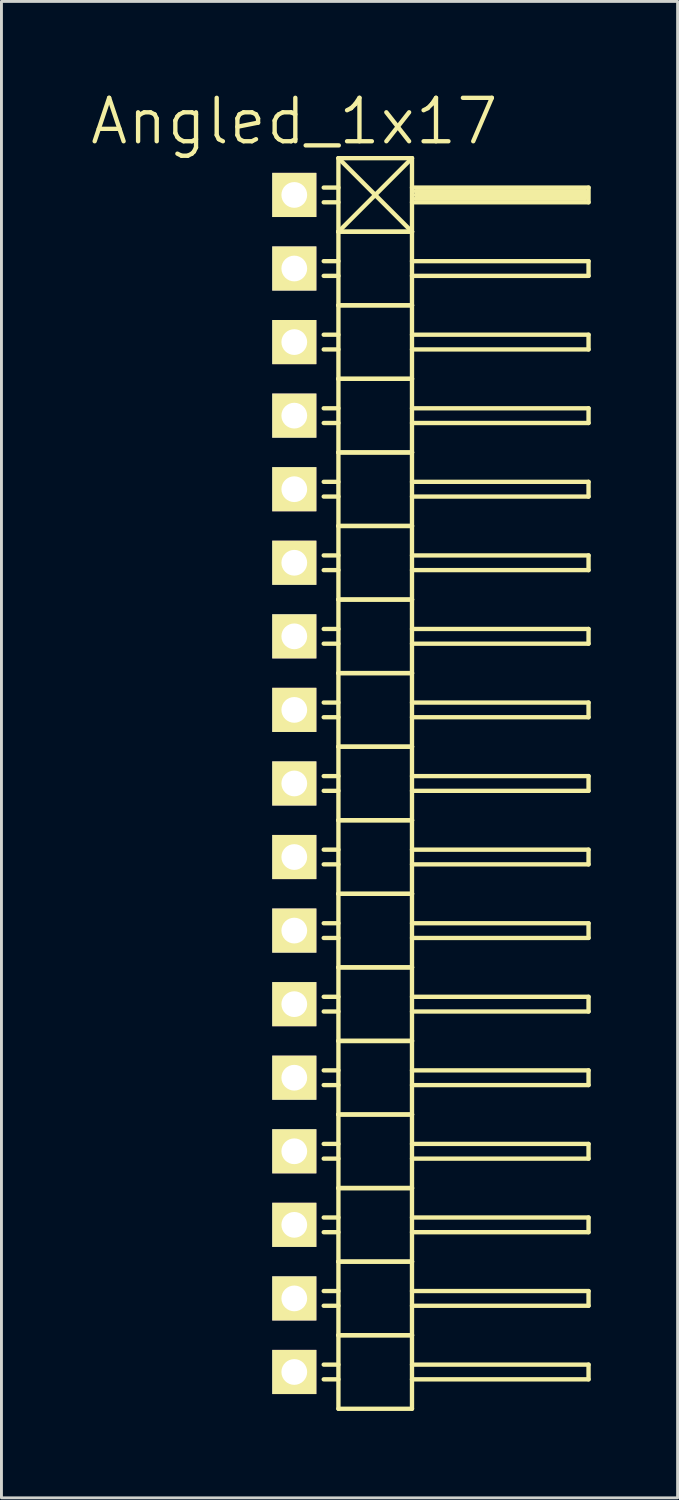
<source format=kicad_pcb>
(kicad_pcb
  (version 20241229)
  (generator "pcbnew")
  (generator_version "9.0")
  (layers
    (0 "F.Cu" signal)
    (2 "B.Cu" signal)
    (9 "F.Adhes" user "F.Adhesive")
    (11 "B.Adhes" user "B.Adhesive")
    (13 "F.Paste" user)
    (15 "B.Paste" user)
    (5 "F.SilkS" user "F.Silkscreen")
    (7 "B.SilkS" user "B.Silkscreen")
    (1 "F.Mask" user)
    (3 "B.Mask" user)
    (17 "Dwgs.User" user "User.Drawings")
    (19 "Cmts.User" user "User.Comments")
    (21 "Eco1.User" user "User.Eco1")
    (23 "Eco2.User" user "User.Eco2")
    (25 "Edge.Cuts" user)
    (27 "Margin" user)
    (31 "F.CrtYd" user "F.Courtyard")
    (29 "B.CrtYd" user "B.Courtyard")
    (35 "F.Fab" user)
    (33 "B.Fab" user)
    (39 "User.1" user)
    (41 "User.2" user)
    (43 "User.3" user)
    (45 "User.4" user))
  (footprint "Angled_1x17"
    (layer "F.Cu")
    (at 7.111 24.001)
    (property "Reference" "Angled_1x17" (at 0 -22.86 0) (layer "F.SilkS") (effects (font (size 1.5 1.5) (thickness 0.15))))
    (attr through_hole)
    (fp_line (start 1.524 -21.59) (end 1.524 -19.05) (stroke (width 0.15) (type solid)) (layer "F.SilkS"))
    (fp_line (start 1.524 -21.59) (end 4.064 -21.59) (stroke (width 0.15) (type solid)) (layer "F.SilkS"))
    (fp_line (start 1.524 -20.574) (end 1.016 -20.574) (stroke (width 0.15) (type solid)) (layer "F.SilkS"))
    (fp_line (start 1.524 -20.066) (end 1.016 -20.066) (stroke (width 0.15) (type solid)) (layer "F.SilkS"))
    (fp_line (start 1.524 -19.05) (end 1.524 -16.51) (stroke (width 0.15) (type solid)) (layer "F.SilkS"))
    (fp_line (start 1.524 -19.05) (end 4.064 -19.05) (stroke (width 0.15) (type solid)) (layer "F.SilkS"))
    (fp_line (start 1.524 -19.05) (end 4.064 -19.05) (stroke (width 0.15) (type solid)) (layer "F.SilkS"))
    (fp_line (start 1.524 -18.034) (end 1.016 -18.034) (stroke (width 0.15) (type solid)) (layer "F.SilkS"))
    (fp_line (start 1.524 -17.526) (end 1.016 -17.526) (stroke (width 0.15) (type solid)) (layer "F.SilkS"))
    (fp_line (start 1.524 -16.51) (end 1.524 -13.97) (stroke (width 0.15) (type solid)) (layer "F.SilkS"))
    (fp_line (start 1.524 -16.51) (end 4.064 -16.51) (stroke (width 0.15) (type solid)) (layer "F.SilkS"))
    (fp_line (start 1.524 -16.51) (end 4.064 -16.51) (stroke (width 0.15) (type solid)) (layer "F.SilkS"))
    (fp_line (start 1.524 -15.494) (end 1.016 -15.494) (stroke (width 0.15) (type solid)) (layer "F.SilkS"))
    (fp_line (start 1.524 -14.986) (end 1.016 -14.986) (stroke (width 0.15) (type solid)) (layer "F.SilkS"))
    (fp_line (start 1.524 -13.97) (end 1.524 -11.43) (stroke (width 0.15) (type solid)) (layer "F.SilkS"))
    (fp_line (start 1.524 -13.97) (end 4.064 -13.97) (stroke (width 0.15) (type solid)) (layer "F.SilkS"))
    (fp_line (start 1.524 -13.97) (end 4.064 -13.97) (stroke (width 0.15) (type solid)) (layer "F.SilkS"))
    (fp_line (start 1.524 -12.954) (end 1.016 -12.954) (stroke (width 0.15) (type solid)) (layer "F.SilkS"))
    (fp_line (start 1.524 -12.446) (end 1.016 -12.446) (stroke (width 0.15) (type solid)) (layer "F.SilkS"))
    (fp_line (start 1.524 -11.43) (end 1.524 -8.89) (stroke (width 0.15) (type solid)) (layer "F.SilkS"))
    (fp_line (start 1.524 -11.43) (end 4.064 -11.43) (stroke (width 0.15) (type solid)) (layer "F.SilkS"))
    (fp_line (start 1.524 -11.43) (end 4.064 -11.43) (stroke (width 0.15) (type solid)) (layer "F.SilkS"))
    (fp_line (start 1.524 -10.414) (end 1.016 -10.414) (stroke (width 0.15) (type solid)) (layer "F.SilkS"))
    (fp_line (start 1.524 -9.906) (end 1.016 -9.906) (stroke (width 0.15) (type solid)) (layer "F.SilkS"))
    (fp_line (start 1.524 -8.89) (end 1.524 -6.35) (stroke (width 0.15) (type solid)) (layer "F.SilkS"))
    (fp_line (start 1.524 -8.89) (end 4.064 -8.89) (stroke (width 0.15) (type solid)) (layer "F.SilkS"))
    (fp_line (start 1.524 -8.89) (end 4.064 -8.89) (stroke (width 0.15) (type solid)) (layer "F.SilkS"))
    (fp_line (start 1.524 -7.874) (end 1.016 -7.874) (stroke (width 0.15) (type solid)) (layer "F.SilkS"))
    (fp_line (start 1.524 -7.366) (end 1.016 -7.366) (stroke (width 0.15) (type solid)) (layer "F.SilkS"))
    (fp_line (start 1.524 -6.35) (end 1.524 -3.81) (stroke (width 0.15) (type solid)) (layer "F.SilkS"))
    (fp_line (start 1.524 -6.35) (end 4.064 -6.35) (stroke (width 0.15) (type solid)) (layer "F.SilkS"))
    (fp_line (start 1.524 -6.35) (end 4.064 -6.35) (stroke (width 0.15) (type solid)) (layer "F.SilkS"))
    (fp_line (start 1.524 -5.334) (end 1.016 -5.334) (stroke (width 0.15) (type solid)) (layer "F.SilkS"))
    (fp_line (start 1.524 -4.826) (end 1.016 -4.826) (stroke (width 0.15) (type solid)) (layer "F.SilkS"))
    (fp_line (start 1.524 -3.81) (end 1.524 -1.27) (stroke (width 0.15) (type solid)) (layer "F.SilkS"))
    (fp_line (start 1.524 -3.81) (end 4.064 -3.81) (stroke (width 0.15) (type solid)) (layer "F.SilkS"))
    (fp_line (start 1.524 -3.81) (end 4.064 -3.81) (stroke (width 0.15) (type solid)) (layer "F.SilkS"))
    (fp_line (start 1.524 -2.794) (end 1.016 -2.794) (stroke (width 0.15) (type solid)) (layer "F.SilkS"))
    (fp_line (start 1.524 -2.286) (end 1.016 -2.286) (stroke (width 0.15) (type solid)) (layer "F.SilkS"))
    (fp_line (start 1.524 -1.27) (end 1.524 1.27) (stroke (width 0.15) (type solid)) (layer "F.SilkS"))
    (fp_line (start 1.524 -1.27) (end 4.064 -1.27) (stroke (width 0.15) (type solid)) (layer "F.SilkS"))
    (fp_line (start 1.524 -1.27) (end 4.064 -1.27) (stroke (width 0.15) (type solid)) (layer "F.SilkS"))
    (fp_line (start 1.524 -0.254) (end 1.016 -0.254) (stroke (width 0.15) (type solid)) (layer "F.SilkS"))
    (fp_line (start 1.524 0.254) (end 1.016 0.254) (stroke (width 0.15) (type solid)) (layer "F.SilkS"))
    (fp_line (start 1.524 1.27) (end 1.524 3.81) (stroke (width 0.15) (type solid)) (layer "F.SilkS"))
    (fp_line (start 1.524 1.27) (end 4.064 1.27) (stroke (width 0.15) (type solid)) (layer "F.SilkS"))
    (fp_line (start 1.524 1.27) (end 4.064 1.27) (stroke (width 0.15) (type solid)) (layer "F.SilkS"))
    (fp_line (start 1.524 2.286) (end 1.016 2.286) (stroke (width 0.15) (type solid)) (layer "F.SilkS"))
    (fp_line (start 1.524 2.794) (end 1.016 2.794) (stroke (width 0.15) (type solid)) (layer "F.SilkS"))
    (fp_line (start 1.524 3.81) (end 1.524 6.35) (stroke (width 0.15) (type solid)) (layer "F.SilkS"))
    (fp_line (start 1.524 3.81) (end 4.064 3.81) (stroke (width 0.15) (type solid)) (layer "F.SilkS"))
    (fp_line (start 1.524 3.81) (end 4.064 3.81) (stroke (width 0.15) (type solid)) (layer "F.SilkS"))
    (fp_line (start 1.524 4.826) (end 1.016 4.826) (stroke (width 0.15) (type solid)) (layer "F.SilkS"))
    (fp_line (start 1.524 5.334) (end 1.016 5.334) (stroke (width 0.15) (type solid)) (layer "F.SilkS"))
    (fp_line (start 1.524 6.35) (end 1.524 8.89) (stroke (width 0.15) (type solid)) (layer "F.SilkS"))
    (fp_line (start 1.524 6.35) (end 4.064 6.35) (stroke (width 0.15) (type solid)) (layer "F.SilkS"))
    (fp_line (start 1.524 6.35) (end 4.064 6.35) (stroke (width 0.15) (type solid)) (layer "F.SilkS"))
    (fp_line (start 1.524 7.366) (end 1.016 7.366) (stroke (width 0.15) (type solid)) (layer "F.SilkS"))
    (fp_line (start 1.524 7.874) (end 1.016 7.874) (stroke (width 0.15) (type solid)) (layer "F.SilkS"))
    (fp_line (start 1.524 8.89) (end 1.524 11.43) (stroke (width 0.15) (type solid)) (layer "F.SilkS"))
    (fp_line (start 1.524 8.89) (end 4.064 8.89) (stroke (width 0.15) (type solid)) (layer "F.SilkS"))
    (fp_line (start 1.524 8.89) (end 4.064 8.89) (stroke (width 0.15) (type solid)) (layer "F.SilkS"))
    (fp_line (start 1.524 9.906) (end 1.016 9.906) (stroke (width 0.15) (type solid)) (layer "F.SilkS"))
    (fp_line (start 1.524 10.414) (end 1.016 10.414) (stroke (width 0.15) (type solid)) (layer "F.SilkS"))
    (fp_line (start 1.524 11.43) (end 1.524 13.97) (stroke (width 0.15) (type solid)) (layer "F.SilkS"))
    (fp_line (start 1.524 11.43) (end 4.064 11.43) (stroke (width 0.15) (type solid)) (layer "F.SilkS"))
    (fp_line (start 1.524 11.43) (end 4.064 11.43) (stroke (width 0.15) (type solid)) (layer "F.SilkS"))
    (fp_line (start 1.524 12.446) (end 1.016 12.446) (stroke (width 0.15) (type solid)) (layer "F.SilkS"))
    (fp_line (start 1.524 12.954) (end 1.016 12.954) (stroke (width 0.15) (type solid)) (layer "F.SilkS"))
    (fp_line (start 1.524 13.97) (end 1.524 16.51) (stroke (width 0.15) (type solid)) (layer "F.SilkS"))
    (fp_line (start 1.524 13.97) (end 4.064 13.97) (stroke (width 0.15) (type solid)) (layer "F.SilkS"))
    (fp_line (start 1.524 13.97) (end 4.064 13.97) (stroke (width 0.15) (type solid)) (layer "F.SilkS"))
    (fp_line (start 1.524 14.986) (end 1.016 14.986) (stroke (width 0.15) (type solid)) (layer "F.SilkS"))
    (fp_line (start 1.524 15.494) (end 1.016 15.494) (stroke (width 0.15) (type solid)) (layer "F.SilkS"))
    (fp_line (start 1.524 16.51) (end 1.524 19.05) (stroke (width 0.15) (type solid)) (layer "F.SilkS"))
    (fp_line (start 1.524 16.51) (end 4.064 16.51) (stroke (width 0.15) (type solid)) (layer "F.SilkS"))
    (fp_line (start 1.524 16.51) (end 4.064 16.51) (stroke (width 0.15) (type solid)) (layer "F.SilkS"))
    (fp_line (start 1.524 17.526) (end 1.016 17.526) (stroke (width 0.15) (type solid)) (layer "F.SilkS"))
    (fp_line (start 1.524 18.034) (end 1.016 18.034) (stroke (width 0.15) (type solid)) (layer "F.SilkS"))
    (fp_line (start 1.524 19.05) (end 1.524 21.59) (stroke (width 0.15) (type solid)) (layer "F.SilkS"))
    (fp_line (start 1.524 19.05) (end 4.064 19.05) (stroke (width 0.15) (type solid)) (layer "F.SilkS"))
    (fp_line (start 1.524 19.05) (end 4.064 19.05) (stroke (width 0.15) (type solid)) (layer "F.SilkS"))
    (fp_line (start 1.524 20.066) (end 1.016 20.066) (stroke (width 0.15) (type solid)) (layer "F.SilkS"))
    (fp_line (start 1.524 20.574) (end 1.016 20.574) (stroke (width 0.15) (type solid)) (layer "F.SilkS"))
    (fp_line (start 1.524 21.59) (end 4.064 21.59) (stroke (width 0.15) (type solid)) (layer "F.SilkS"))
    (fp_line (start 4.064 -21.59) (end 1.524 -19.05) (stroke (width 0.15) (type solid)) (layer "F.SilkS"))
    (fp_line (start 4.064 -20.574) (end 10.16 -20.574) (stroke (width 0.15) (type solid)) (layer "F.SilkS"))
    (fp_line (start 4.064 -19.05) (end 1.524 -21.59) (stroke (width 0.15) (type solid)) (layer "F.SilkS"))
    (fp_line (start 4.064 -19.05) (end 4.064 -21.59) (stroke (width 0.15) (type solid)) (layer "F.SilkS"))
    (fp_line (start 4.064 -18.034) (end 10.16 -18.034) (stroke (width 0.15) (type solid)) (layer "F.SilkS"))
    (fp_line (start 4.064 -16.51) (end 4.064 -19.05) (stroke (width 0.15) (type solid)) (layer "F.SilkS"))
    (fp_line (start 4.064 -15.494) (end 10.16 -15.494) (stroke (width 0.15) (type solid)) (layer "F.SilkS"))
    (fp_line (start 4.064 -13.97) (end 4.064 -16.51) (stroke (width 0.15) (type solid)) (layer "F.SilkS"))
    (fp_line (start 4.064 -12.954) (end 10.16 -12.954) (stroke (width 0.15) (type solid)) (layer "F.SilkS"))
    (fp_line (start 4.064 -11.43) (end 4.064 -13.97) (stroke (width 0.15) (type solid)) (layer "F.SilkS"))
    (fp_line (start 4.064 -10.414) (end 10.16 -10.414) (stroke (width 0.15) (type solid)) (layer "F.SilkS"))
    (fp_line (start 4.064 -8.89) (end 4.064 -11.43) (stroke (width 0.15) (type solid)) (layer "F.SilkS"))
    (fp_line (start 4.064 -7.874) (end 10.16 -7.874) (stroke (width 0.15) (type solid)) (layer "F.SilkS"))
    (fp_line (start 4.064 -6.35) (end 4.064 -8.89) (stroke (width 0.15) (type solid)) (layer "F.SilkS"))
    (fp_line (start 4.064 -5.334) (end 10.16 -5.334) (stroke (width 0.15) (type solid)) (layer "F.SilkS"))
    (fp_line (start 4.064 -3.81) (end 4.064 -6.35) (stroke (width 0.15) (type solid)) (layer "F.SilkS"))
    (fp_line (start 4.064 -2.794) (end 10.16 -2.794) (stroke (width 0.15) (type solid)) (layer "F.SilkS"))
    (fp_line (start 4.064 -1.27) (end 4.064 -3.81) (stroke (width 0.15) (type solid)) (layer "F.SilkS"))
    (fp_line (start 4.064 -0.254) (end 10.16 -0.254) (stroke (width 0.15) (type solid)) (layer "F.SilkS"))
    (fp_line (start 4.064 1.27) (end 4.064 -1.27) (stroke (width 0.15) (type solid)) (layer "F.SilkS"))
    (fp_line (start 4.064 2.286) (end 10.16 2.286) (stroke (width 0.15) (type solid)) (layer "F.SilkS"))
    (fp_line (start 4.064 3.81) (end 4.064 1.27) (stroke (width 0.15) (type solid)) (layer "F.SilkS"))
    (fp_line (start 4.064 4.826) (end 10.16 4.826) (stroke (width 0.15) (type solid)) (layer "F.SilkS"))
    (fp_line (start 4.064 6.35) (end 4.064 3.81) (stroke (width 0.15) (type solid)) (layer "F.SilkS"))
    (fp_line (start 4.064 7.366) (end 10.16 7.366) (stroke (width 0.15) (type solid)) (layer "F.SilkS"))
    (fp_line (start 4.064 8.89) (end 4.064 6.35) (stroke (width 0.15) (type solid)) (layer "F.SilkS"))
    (fp_line (start 4.064 9.906) (end 10.16 9.906) (stroke (width 0.15) (type solid)) (layer "F.SilkS"))
    (fp_line (start 4.064 11.43) (end 4.064 8.89) (stroke (width 0.15) (type solid)) (layer "F.SilkS"))
    (fp_line (start 4.064 12.446) (end 10.16 12.446) (stroke (width 0.15) (type solid)) (layer "F.SilkS"))
    (fp_line (start 4.064 13.97) (end 4.064 11.43) (stroke (width 0.15) (type solid)) (layer "F.SilkS"))
    (fp_line (start 4.064 14.986) (end 10.16 14.986) (stroke (width 0.15) (type solid)) (layer "F.SilkS"))
    (fp_line (start 4.064 16.51) (end 4.064 13.97) (stroke (width 0.15) (type solid)) (layer "F.SilkS"))
    (fp_line (start 4.064 17.526) (end 10.16 17.526) (stroke (width 0.15) (type solid)) (layer "F.SilkS"))
    (fp_line (start 4.064 19.05) (end 4.064 16.51) (stroke (width 0.15) (type solid)) (layer "F.SilkS"))
    (fp_line (start 4.064 20.066) (end 10.16 20.066) (stroke (width 0.15) (type solid)) (layer "F.SilkS"))
    (fp_line (start 4.064 21.59) (end 4.064 19.05) (stroke (width 0.15) (type solid)) (layer "F.SilkS"))
    (fp_line (start 4.191 -20.447) (end 10.033 -20.447) (stroke (width 0.15) (type solid)) (layer "F.SilkS"))
    (fp_line (start 4.191 -20.32) (end 10.033 -20.32) (stroke (width 0.15) (type solid)) (layer "F.SilkS"))
    (fp_line (start 10.033 -20.447) (end 10.033 -20.193) (stroke (width 0.15) (type solid)) (layer "F.SilkS"))
    (fp_line (start 10.033 -20.193) (end 4.191 -20.193) (stroke (width 0.15) (type solid)) (layer "F.SilkS"))
    (fp_line (start 10.16 -20.574) (end 10.16 -20.066) (stroke (width 0.15) (type solid)) (layer "F.SilkS"))
    (fp_line (start 10.16 -20.066) (end 4.064 -20.066) (stroke (width 0.15) (type solid)) (layer "F.SilkS"))
    (fp_line (start 10.16 -18.034) (end 10.16 -17.526) (stroke (width 0.15) (type solid)) (layer "F.SilkS"))
    (fp_line (start 10.16 -17.526) (end 4.064 -17.526) (stroke (width 0.15) (type solid)) (layer "F.SilkS"))
    (fp_line (start 10.16 -15.494) (end 10.16 -14.986) (stroke (width 0.15) (type solid)) (layer "F.SilkS"))
    (fp_line (start 10.16 -14.986) (end 4.064 -14.986) (stroke (width 0.15) (type solid)) (layer "F.SilkS"))
    (fp_line (start 10.16 -12.954) (end 10.16 -12.446) (stroke (width 0.15) (type solid)) (layer "F.SilkS"))
    (fp_line (start 10.16 -12.446) (end 4.064 -12.446) (stroke (width 0.15) (type solid)) (layer "F.SilkS"))
    (fp_line (start 10.16 -10.414) (end 10.16 -9.906) (stroke (width 0.15) (type solid)) (layer "F.SilkS"))
    (fp_line (start 10.16 -9.906) (end 4.064 -9.906) (stroke (width 0.15) (type solid)) (layer "F.SilkS"))
    (fp_line (start 10.16 -7.874) (end 10.16 -7.366) (stroke (width 0.15) (type solid)) (layer "F.SilkS"))
    (fp_line (start 10.16 -7.366) (end 4.064 -7.366) (stroke (width 0.15) (type solid)) (layer "F.SilkS"))
    (fp_line (start 10.16 -5.334) (end 10.16 -4.826) (stroke (width 0.15) (type solid)) (layer "F.SilkS"))
    (fp_line (start 10.16 -4.826) (end 4.064 -4.826) (stroke (width 0.15) (type solid)) (layer "F.SilkS"))
    (fp_line (start 10.16 -2.794) (end 10.16 -2.286) (stroke (width 0.15) (type solid)) (layer "F.SilkS"))
    (fp_line (start 10.16 -2.286) (end 4.064 -2.286) (stroke (width 0.15) (type solid)) (layer "F.SilkS"))
    (fp_line (start 10.16 -0.254) (end 10.16 0.254) (stroke (width 0.15) (type solid)) (layer "F.SilkS"))
    (fp_line (start 10.16 0.254) (end 4.064 0.254) (stroke (width 0.15) (type solid)) (layer "F.SilkS"))
    (fp_line (start 10.16 2.286) (end 10.16 2.794) (stroke (width 0.15) (type solid)) (layer "F.SilkS"))
    (fp_line (start 10.16 2.794) (end 4.064 2.794) (stroke (width 0.15) (type solid)) (layer "F.SilkS"))
    (fp_line (start 10.16 4.826) (end 10.16 5.334) (stroke (width 0.15) (type solid)) (layer "F.SilkS"))
    (fp_line (start 10.16 5.334) (end 4.064 5.334) (stroke (width 0.15) (type solid)) (layer "F.SilkS"))
    (fp_line (start 10.16 7.366) (end 10.16 7.874) (stroke (width 0.15) (type solid)) (layer "F.SilkS"))
    (fp_line (start 10.16 7.874) (end 4.064 7.874) (stroke (width 0.15) (type solid)) (layer "F.SilkS"))
    (fp_line (start 10.16 9.906) (end 10.16 10.414) (stroke (width 0.15) (type solid)) (layer "F.SilkS"))
    (fp_line (start 10.16 10.414) (end 4.064 10.414) (stroke (width 0.15) (type solid)) (layer "F.SilkS"))
    (fp_line (start 10.16 12.446) (end 10.16 12.954) (stroke (width 0.15) (type solid)) (layer "F.SilkS"))
    (fp_line (start 10.16 12.954) (end 4.064 12.954) (stroke (width 0.15) (type solid)) (layer "F.SilkS"))
    (fp_line (start 10.16 14.986) (end 10.16 15.494) (stroke (width 0.15) (type solid)) (layer "F.SilkS"))
    (fp_line (start 10.16 15.494) (end 4.064 15.494) (stroke (width 0.15) (type solid)) (layer "F.SilkS"))
    (fp_line (start 10.16 17.526) (end 10.16 18.034) (stroke (width 0.15) (type solid)) (layer "F.SilkS"))
    (fp_line (start 10.16 18.034) (end 4.064 18.034) (stroke (width 0.15) (type solid)) (layer "F.SilkS"))
    (fp_line (start 10.16 20.066) (end 10.16 20.574) (stroke (width 0.15) (type solid)) (layer "F.SilkS"))
    (fp_line (start 10.16 20.574) (end 4.064 20.574) (stroke (width 0.15) (type solid)) (layer "F.SilkS"))
    (pad "1" thru_hole rect (at 0 -20.32) (size 1.524 1.524) (drill 0.889) (layers "*.Cu" "*.Mask" "F.SilkS"))
    (pad "2" thru_hole rect (at 0 -17.78) (size 1.524 1.524) (drill 0.889) (layers "*.Cu" "*.Mask" "F.SilkS"))
    (pad "3" thru_hole rect (at 0 -15.24) (size 1.524 1.524) (drill 0.889) (layers "*.Cu" "*.Mask" "F.SilkS"))
    (pad "4" thru_hole rect (at 0 -12.7) (size 1.524 1.524) (drill 0.889) (layers "*.Cu" "*.Mask" "F.SilkS"))
    (pad "5" thru_hole rect (at 0 -10.16) (size 1.524 1.524) (drill 0.889) (layers "*.Cu" "*.Mask" "F.SilkS"))
    (pad "6" thru_hole rect (at 0 -7.62) (size 1.524 1.524) (drill 0.889) (layers "*.Cu" "*.Mask" "F.SilkS"))
    (pad "7" thru_hole rect (at 0 -5.08) (size 1.524 1.524) (drill 0.889) (layers "*.Cu" "*.Mask" "F.SilkS"))
    (pad "8" thru_hole rect (at 0 -2.54) (size 1.524 1.524) (drill 0.889) (layers "*.Cu" "*.Mask" "F.SilkS"))
    (pad "9" thru_hole rect (at 0 0) (size 1.524 1.524) (drill 0.889) (layers "*.Cu" "*.Mask" "F.SilkS"))
    (pad "10" thru_hole rect (at 0 2.54) (size 1.524 1.524) (drill 0.889) (layers "*.Cu" "*.Mask" "F.SilkS"))
    (pad "11" thru_hole rect (at 0 5.08) (size 1.524 1.524) (drill 0.889) (layers "*.Cu" "*.Mask" "F.SilkS"))
    (pad "12" thru_hole rect (at 0 7.62) (size 1.524 1.524) (drill 0.889) (layers "*.Cu" "*.Mask" "F.SilkS"))
    (pad "13" thru_hole rect (at 0 10.16) (size 1.524 1.524) (drill 0.889) (layers "*.Cu" "*.Mask" "F.SilkS"))
    (pad "14" thru_hole rect (at 0 12.7) (size 1.524 1.524) (drill 0.889) (layers "*.Cu" "*.Mask" "F.SilkS"))
    (pad "15" thru_hole rect (at 0 15.24) (size 1.524 1.524) (drill 0.889) (layers "*.Cu" "*.Mask" "F.SilkS"))
    (pad "16" thru_hole rect (at 0 17.78) (size 1.524 1.524) (drill 0.889) (layers "*.Cu" "*.Mask" "F.SilkS"))
    (pad "17" thru_hole rect (at 0 20.32) (size 1.524 1.524) (drill 0.889) (layers "*.Cu" "*.Mask" "F.SilkS")))
  (gr_rect
    (start -3 -3)
    (end 20.346 48.666)
    (stroke (width 0.1) (type default))
    (fill no)
    (layer "Edge.Cuts")))
</source>
